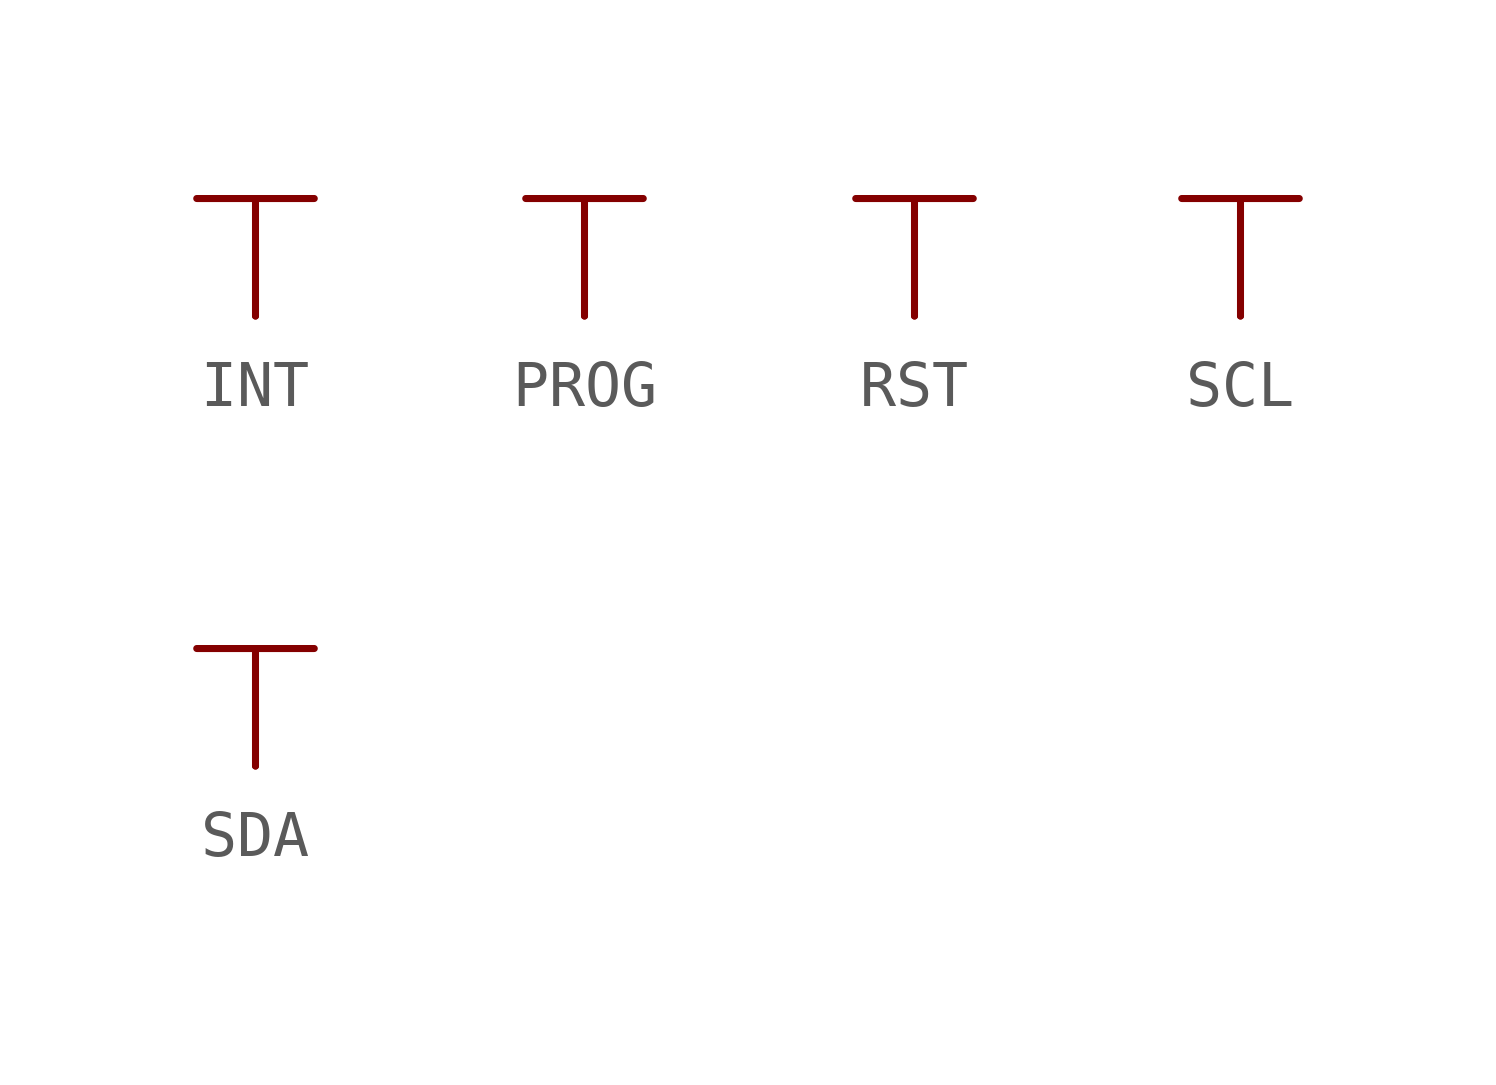
<source format=kicad_sym>
(kicad_symbol_lib
  (version 20231120)
  (generator "kicad_symbol_editor")
  (generator_version "8.0")
  (symbol "INT"
    (power)
    (pin_numbers hide)
    (pin_names hide)
    (property "Reference" "#PWR"
      (at 0 0 0)
      (effects (font (size 1.27 1.27)) (hide yes)))
    (symbol "INT_1_0"
      (polyline (pts (xy -1.27 2.54) (xy 1.27 2.54)) (stroke (width 0) (type default)) (fill (type none)))
      (polyline (pts (xy 0 2.54) (xy 0 0)) (stroke (width 0) (type default)) (fill (type none)))
      (pin power_in line (at 0 0 0) (length 0) (name "" (effects (font (size 1.27 1.27)))) (number "1" (effects (font (size 0 0)))))))
  (symbol "PROG"
    (power)
    (pin_numbers hide)
    (pin_names hide)
    (property "Reference" "#PWR"
      (at 0 0 0)
      (effects (font (size 1.27 1.27)) (hide yes)))
    (symbol "PROG_1_0"
      (polyline (pts (xy -1.27 2.54) (xy 1.27 2.54)) (stroke (width 0) (type default)) (fill (type none)))
      (polyline (pts (xy 0 2.54) (xy 0 0)) (stroke (width 0) (type default)) (fill (type none)))
      (pin power_in line (at 0 0 0) (length 0) (name "" (effects (font (size 1.27 1.27)))) (number "1" (effects (font (size 0 0)))))))
  (symbol "RST"
    (power)
    (pin_numbers hide)
    (pin_names hide)
    (property "Reference" "#PWR"
      (at 0 0 0)
      (effects (font (size 1.27 1.27)) (hide yes)))
    (symbol "RST_1_0"
      (polyline (pts (xy -1.27 2.54) (xy 1.27 2.54)) (stroke (width 0) (type default)) (fill (type none)))
      (polyline (pts (xy 0 2.54) (xy 0 0)) (stroke (width 0) (type default)) (fill (type none)))
      (pin power_in line (at 0 0 0) (length 0) (name "" (effects (font (size 1.27 1.27)))) (number "1" (effects (font (size 0 0)))))))
  (symbol "SCL"
    (power)
    (pin_numbers hide)
    (pin_names hide)
    (property "Reference" "#PWR"
      (at 0 0 0)
      (effects (font (size 1.27 1.27)) (hide yes)))
    (symbol "SCL_1_0"
      (polyline (pts (xy -1.27 2.54) (xy 1.27 2.54)) (stroke (width 0) (type default)) (fill (type none)))
      (polyline (pts (xy 0 2.54) (xy 0 0)) (stroke (width 0) (type default)) (fill (type none)))
      (pin power_in line (at 0 0 0) (length 0) (name "" (effects (font (size 1.27 1.27)))) (number "1" (effects (font (size 0 0)))))))
  (symbol "SDA"
    (power)
    (pin_numbers hide)
    (pin_names hide)
    (property "Reference" "#PWR"
      (at 0 0 0)
      (effects (font (size 1.27 1.27)) (hide yes)))
    (symbol "SDA_1_0"
      (polyline (pts (xy -1.27 2.54) (xy 1.27 2.54)) (stroke (width 0) (type default)) (fill (type none)))
      (polyline (pts (xy 0 2.54) (xy 0 0)) (stroke (width 0) (type default)) (fill (type none)))
      (pin power_in line (at 0 0 0) (length 0) (name "" (effects (font (size 1.27 1.27)))) (number "1" (effects (font (size 0 0))))))))
</source>
